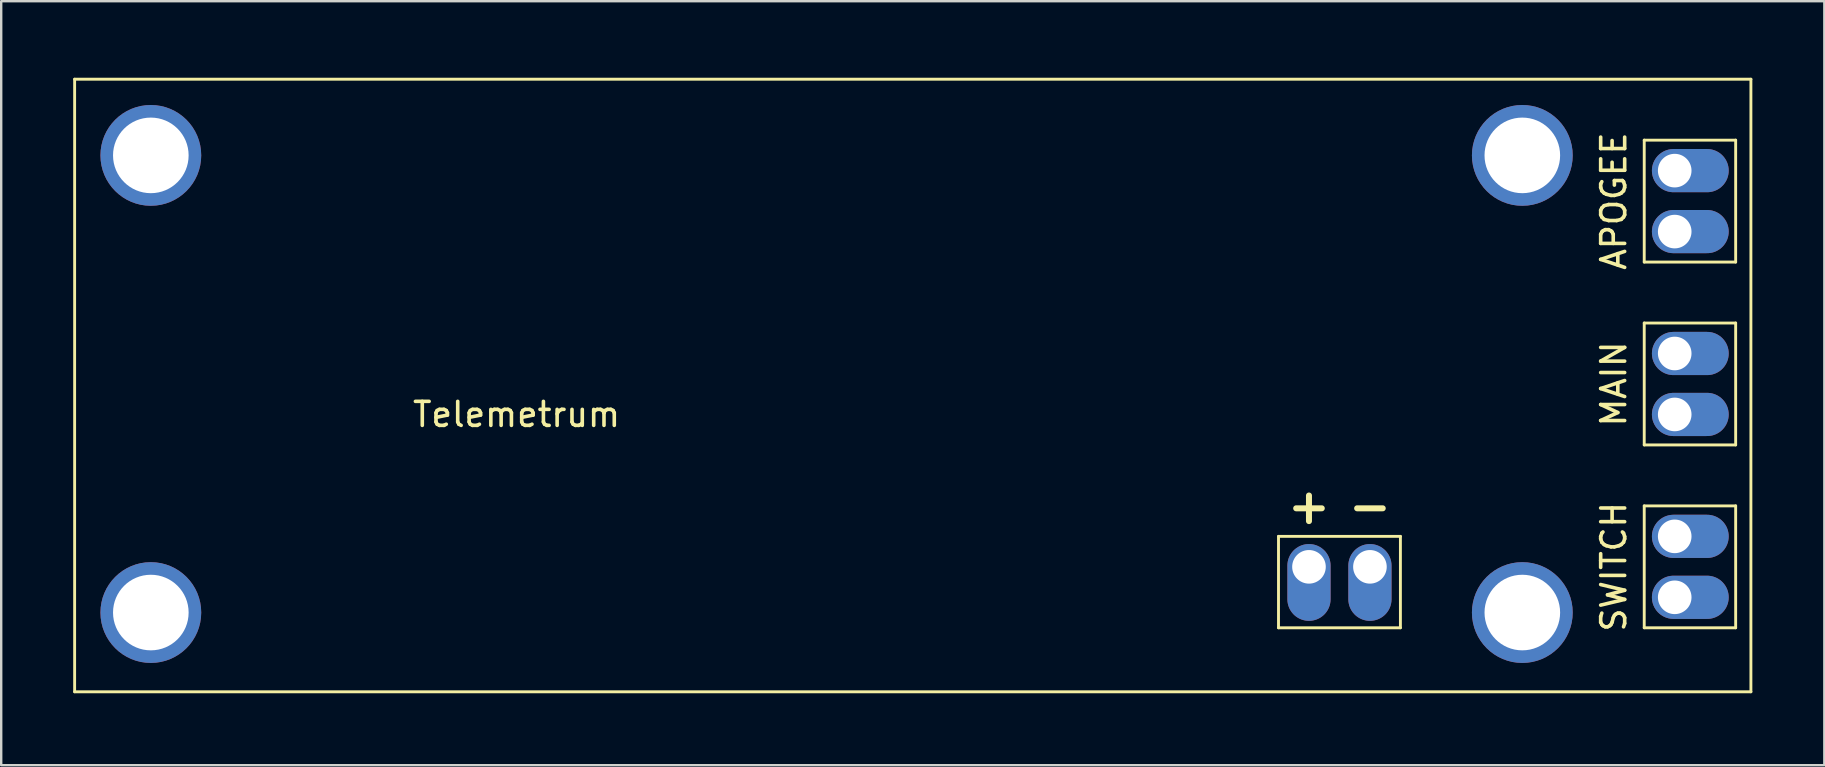
<source format=kicad_pcb>
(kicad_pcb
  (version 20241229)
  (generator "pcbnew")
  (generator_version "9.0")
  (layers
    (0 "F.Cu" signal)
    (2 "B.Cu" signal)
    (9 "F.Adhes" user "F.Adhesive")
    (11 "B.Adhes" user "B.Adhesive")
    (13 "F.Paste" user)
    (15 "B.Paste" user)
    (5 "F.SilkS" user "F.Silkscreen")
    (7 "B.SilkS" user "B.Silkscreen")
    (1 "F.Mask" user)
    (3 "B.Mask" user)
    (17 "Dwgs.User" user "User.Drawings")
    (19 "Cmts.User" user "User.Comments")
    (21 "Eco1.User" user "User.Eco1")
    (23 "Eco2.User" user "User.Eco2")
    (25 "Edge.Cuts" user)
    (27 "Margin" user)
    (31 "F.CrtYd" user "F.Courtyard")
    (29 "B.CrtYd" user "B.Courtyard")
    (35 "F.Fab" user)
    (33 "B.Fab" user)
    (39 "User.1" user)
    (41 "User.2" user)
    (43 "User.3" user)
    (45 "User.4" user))
  (footprint "Telemetrum"
    (layer "F.Cu")
    (at 34.985 0.25)
    (property "Reference" "Telemetrum" (at -16.51 13.97 0) (layer "F.SilkS") (effects (font (size 1 1) (thickness 0.15))))
    (attr through_hole)
    (fp_line (start -34.925 0) (end -34.925 25.527) (stroke (width 0.12) (type solid)) (layer "F.SilkS"))
    (fp_line (start -34.925 0) (end 34.925 0) (stroke (width 0.12) (type solid)) (layer "F.SilkS"))
    (fp_line (start -34.925 25.527) (end 34.925 25.527) (stroke (width 0.12) (type solid)) (layer "F.SilkS"))
    (fp_line (start 15.24 19.05) (end 20.32 19.05) (stroke (width 0.12) (type solid)) (layer "F.SilkS"))
    (fp_line (start 15.24 22.86) (end 15.24 19.05) (stroke (width 0.12) (type solid)) (layer "F.SilkS"))
    (fp_line (start 20.32 19.05) (end 20.32 22.86) (stroke (width 0.12) (type solid)) (layer "F.SilkS"))
    (fp_line (start 20.32 22.86) (end 15.24 22.86) (stroke (width 0.12) (type solid)) (layer "F.SilkS"))
    (fp_line (start 30.48 2.54) (end 34.29 2.54) (stroke (width 0.12) (type solid)) (layer "F.SilkS"))
    (fp_line (start 30.48 7.62) (end 30.48 2.54) (stroke (width 0.12) (type solid)) (layer "F.SilkS"))
    (fp_line (start 30.48 10.16) (end 34.29 10.16) (stroke (width 0.12) (type solid)) (layer "F.SilkS"))
    (fp_line (start 30.48 15.24) (end 30.48 10.16) (stroke (width 0.12) (type solid)) (layer "F.SilkS"))
    (fp_line (start 30.48 17.78) (end 34.29 17.78) (stroke (width 0.12) (type solid)) (layer "F.SilkS"))
    (fp_line (start 30.48 22.86) (end 30.48 17.78) (stroke (width 0.12) (type solid)) (layer "F.SilkS"))
    (fp_line (start 34.29 2.54) (end 34.29 7.62) (stroke (width 0.12) (type solid)) (layer "F.SilkS"))
    (fp_line (start 34.29 7.62) (end 30.48 7.62) (stroke (width 0.12) (type solid)) (layer "F.SilkS"))
    (fp_line (start 34.29 10.16) (end 34.29 15.24) (stroke (width 0.12) (type solid)) (layer "F.SilkS"))
    (fp_line (start 34.29 15.24) (end 30.48 15.24) (stroke (width 0.12) (type solid)) (layer "F.SilkS"))
    (fp_line (start 34.29 17.78) (end 34.29 22.86) (stroke (width 0.12) (type solid)) (layer "F.SilkS"))
    (fp_line (start 34.29 22.86) (end 30.48 22.86) (stroke (width 0.12) (type solid)) (layer "F.SilkS"))
    (fp_line (start 34.925 0) (end 34.925 25.527) (stroke (width 0.12) (type solid)) (layer "F.SilkS"))
    (fp_text user "APOGEE" (at 29.21 5.08 90) (layer "F.SilkS") (effects (font (size 1 1) (thickness 0.15))))
    (fp_text user "+" (at 16.51 17.78 0) (layer "F.SilkS") (effects (font (size 1.4 1.4) (thickness 0.25))))
    (fp_text user "MAIN" (at 29.21 12.7 90) (layer "F.SilkS") (effects (font (size 1 1) (thickness 0.15))))
    (fp_text user "-" (at 19.05 17.78 0) (layer "F.SilkS") (effects (font (size 1.4 1.4) (thickness 0.25))))
    (fp_text user "SWITCH" (at 29.21 20.32 90) (layer "F.SilkS") (effects (font (size 1 1) (thickness 0.15))))
    (pad "" np_thru_hole circle (at -31.75 3.175) (size 4.2 4.2) (drill 3.15) (layers "*.Cu" "*.Mask"))
    (pad "" np_thru_hole circle (at -31.75 22.225) (size 4.2 4.2) (drill 3.15) (layers "*.Cu" "*.Mask"))
    (pad "" np_thru_hole circle (at 25.4 3.175) (size 4.2 4.2) (drill 3.15) (layers "*.Cu" "*.Mask"))
    (pad "" np_thru_hole circle (at 25.4 22.225) (size 4.2 4.2) (drill 3.15) (layers "*.Cu" "*.Mask"))
    (pad "APOGEE1" thru_hole oval (at 31.75 3.81 90) (size 1.8 3.2) (drill 1.4 (offset 0 0.65)) (layers "F.Cu" "F.Mask"))
    (pad "APOGEE2" thru_hole oval (at 31.75 6.35 90) (size 1.8 3.2) (drill 1.4 (offset 0 0.65)) (layers "F.Cu" "F.Mask"))
    (pad "BATT" thru_hole oval (at 16.51 20.32) (size 1.8 3.2) (drill 1.4 (offset 0 0.65)) (layers "F.Cu" "F.Mask"))
    (pad "GND" thru_hole oval (at 19.05 20.32) (size 1.8 3.2) (drill 1.4 (offset 0 0.65)) (layers "F.Cu" "F.Mask"))
    (pad "MAIN1" thru_hole oval (at 31.75 11.43 90) (size 1.8 3.2) (drill 1.4 (offset 0 0.65)) (layers "F.Cu" "F.Mask"))
    (pad "MAIN2" thru_hole oval (at 31.75 13.97 90) (size 1.8 3.2) (drill 1.4 (offset 0 0.65)) (layers "F.Cu" "F.Mask"))
    (pad "SWITCH1" thru_hole oval (at 31.75 19.05 90) (size 1.8 3.2) (drill 1.4 (offset 0 0.65)) (layers "F.Cu" "F.Mask"))
    (pad "SWITCH2" thru_hole oval (at 31.75 21.59 90) (size 1.8 3.2) (drill 1.4 (offset 0 0.65)) (layers "F.Cu" "F.Mask")))
  (gr_rect
    (start -3 -3)
    (end 72.97 28.837)
    (stroke (width 0.1) (type default))
    (fill no)
    (layer "Edge.Cuts")))
</source>
